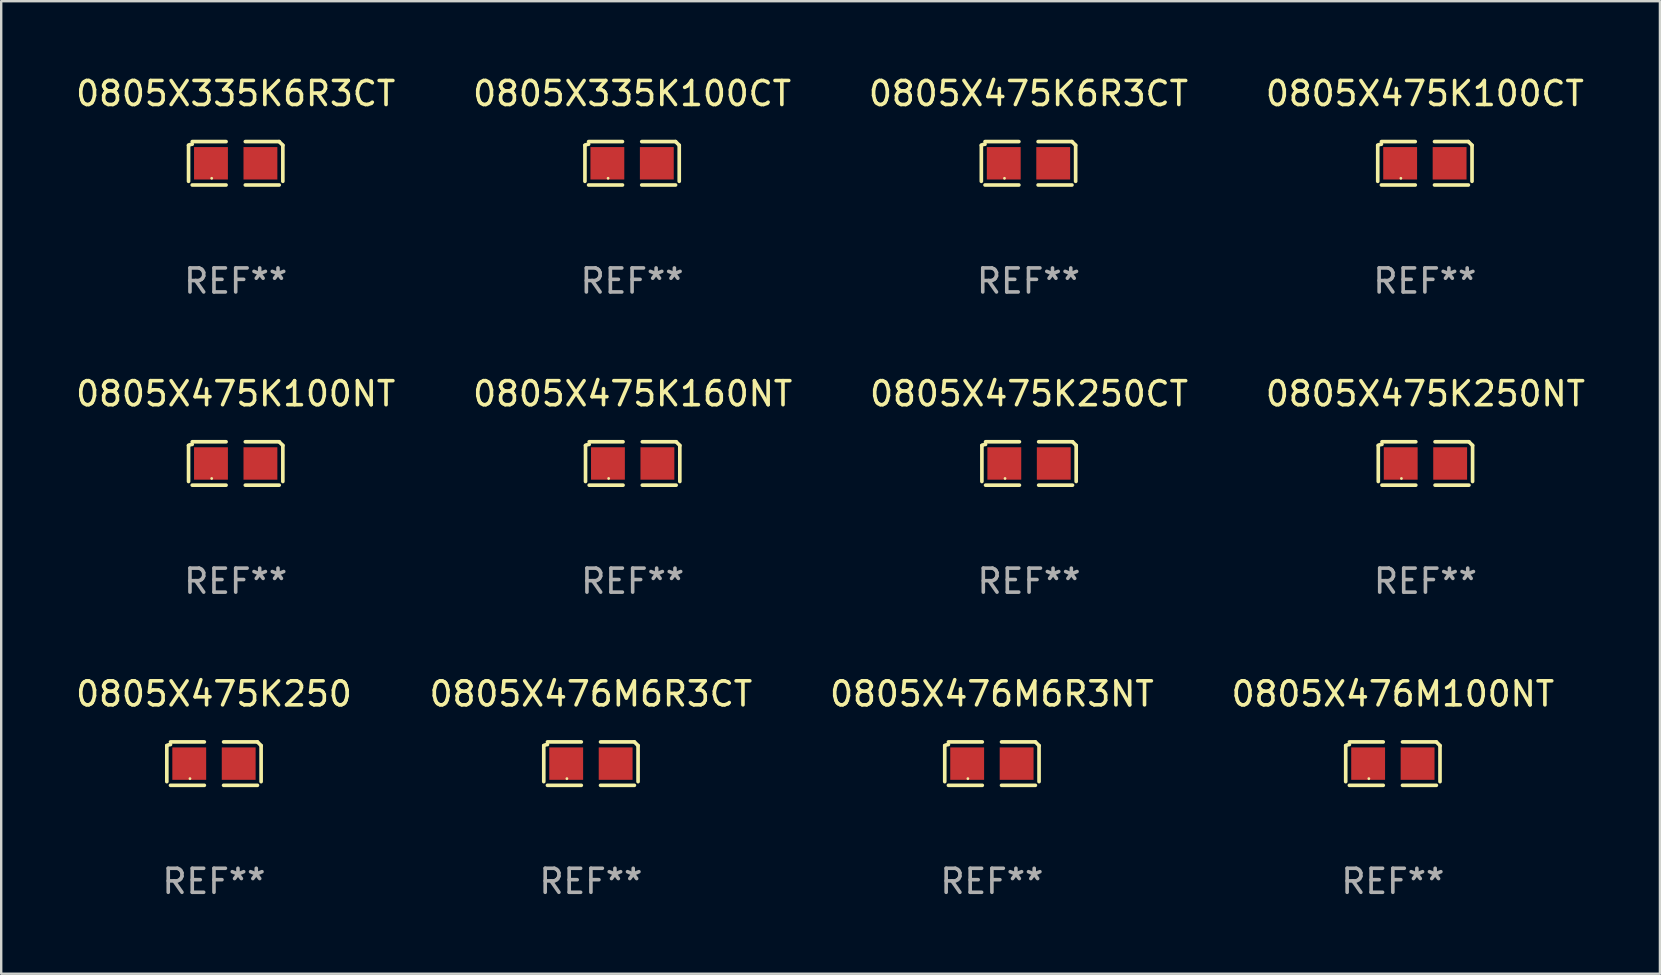
<source format=kicad_pcb>
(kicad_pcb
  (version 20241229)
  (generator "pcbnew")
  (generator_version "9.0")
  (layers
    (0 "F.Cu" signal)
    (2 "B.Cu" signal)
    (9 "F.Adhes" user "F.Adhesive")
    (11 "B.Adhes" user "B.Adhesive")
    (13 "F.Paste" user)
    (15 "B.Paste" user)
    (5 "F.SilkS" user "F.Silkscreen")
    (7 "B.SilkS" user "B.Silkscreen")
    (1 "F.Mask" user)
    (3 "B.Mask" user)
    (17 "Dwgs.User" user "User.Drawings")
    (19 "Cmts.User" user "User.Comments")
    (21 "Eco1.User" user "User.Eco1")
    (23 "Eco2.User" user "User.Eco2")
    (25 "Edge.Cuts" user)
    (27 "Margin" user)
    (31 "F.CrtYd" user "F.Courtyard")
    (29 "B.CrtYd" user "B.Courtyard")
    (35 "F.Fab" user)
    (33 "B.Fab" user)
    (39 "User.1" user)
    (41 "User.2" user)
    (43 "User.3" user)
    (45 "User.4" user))
  (footprint "0805X475K6R3CT"
    (layer "F.Cu")
    (at 39.792 3.752)
    (property "Reference" "0805X475K6R3CT" (at 0 -2.904 0) (layer "F.SilkS") (effects (font (size 1 1) (thickness 0.15))))
    (attr through_hole)
    (fp_line (start -1.964 0.751) (end -1.964 -0.751) (stroke (width 0.152) (type solid)) (layer "F.SilkS"))
    (fp_line (start -1.811 -0.904) (end -0.401 -0.904) (stroke (width 0.152) (type solid)) (layer "F.SilkS"))
    (fp_line (start -0.401 0.904) (end -1.811 0.904) (stroke (width 0.152) (type solid)) (layer "F.SilkS"))
    (fp_line (start 0.401 0.904) (end 1.811 0.904) (stroke (width 0.152) (type solid)) (layer "F.SilkS"))
    (fp_line (start 1.811 -0.904) (end 0.401 -0.904) (stroke (width 0.152) (type solid)) (layer "F.SilkS"))
    (fp_line (start 1.964 0.751) (end 1.964 -0.751) (stroke (width 0.152) (type solid)) (layer "F.SilkS"))
    (fp_arc (start -1.963602 -0.751207) (mid -1.890354 -0.783131) (end -1.811201 -0.794044) (stroke (width 0.1524) (type solid)) (layer "F.SilkS"))
    (fp_arc (start 1.811202 -0.903607) (mid 1.887413 -0.827418) (end 1.963602 -0.751207) (stroke (width 0.1524) (type solid)) (layer "F.SilkS"))
    (fp_circle (center -1 0.625) (end -0.97 0.625) (stroke (width 0.06) (type solid)) (fill no) (layer "F.SilkS"))
    (fp_text user "REF**" (at 0 4.904 0) (layer "F.Fab") (effects (font (size 1 1) (thickness 0.15))))
    (pad "1" smd rect (at -1.03 0) (size 1.41 1.35) (layers "F.Cu" "F.Mask" "F.Paste"))
    (pad "2" smd rect (at 1.03 0) (size 1.41 1.35) (layers "F.Cu" "F.Mask" "F.Paste")))
  (footprint "0805X475K100CT"
    (layer "F.Cu")
    (at 56.304 3.752)
    (property "Reference" "0805X475K100CT" (at 0 -2.904 0) (layer "F.SilkS") (effects (font (size 1 1) (thickness 0.15))))
    (attr through_hole)
    (fp_line (start -1.964 0.751) (end -1.964 -0.751) (stroke (width 0.152) (type solid)) (layer "F.SilkS"))
    (fp_line (start -1.811 -0.904) (end -0.401 -0.904) (stroke (width 0.152) (type solid)) (layer "F.SilkS"))
    (fp_line (start -0.401 0.904) (end -1.811 0.904) (stroke (width 0.152) (type solid)) (layer "F.SilkS"))
    (fp_line (start 0.401 0.904) (end 1.811 0.904) (stroke (width 0.152) (type solid)) (layer "F.SilkS"))
    (fp_line (start 1.811 -0.904) (end 0.401 -0.904) (stroke (width 0.152) (type solid)) (layer "F.SilkS"))
    (fp_line (start 1.964 0.751) (end 1.964 -0.751) (stroke (width 0.152) (type solid)) (layer "F.SilkS"))
    (fp_arc (start -1.963602 -0.751207) (mid -1.890354 -0.783131) (end -1.811201 -0.794044) (stroke (width 0.1524) (type solid)) (layer "F.SilkS"))
    (fp_arc (start 1.811202 -0.903607) (mid 1.887413 -0.827418) (end 1.963602 -0.751207) (stroke (width 0.1524) (type solid)) (layer "F.SilkS"))
    (fp_circle (center -1 0.625) (end -0.97 0.625) (stroke (width 0.06) (type solid)) (fill no) (layer "F.SilkS"))
    (fp_text user "REF**" (at 0 4.904 0) (layer "F.Fab") (effects (font (size 1 1) (thickness 0.15))))
    (pad "1" smd rect (at -1.03 0) (size 1.41 1.35) (layers "F.Cu" "F.Mask" "F.Paste"))
    (pad "2" smd rect (at 1.03 0) (size 1.41 1.35) (layers "F.Cu" "F.Mask" "F.Paste")))
  (footprint "0805X475K250CT"
    (layer "F.Cu")
    (at 39.815 16.256)
    (property "Reference" "0805X475K250CT" (at 0 -2.904 0) (layer "F.SilkS") (effects (font (size 1 1) (thickness 0.15))))
    (attr through_hole)
    (fp_line (start -1.964 0.751) (end -1.964 -0.751) (stroke (width 0.152) (type solid)) (layer "F.SilkS"))
    (fp_line (start -1.811 -0.904) (end -0.401 -0.904) (stroke (width 0.152) (type solid)) (layer "F.SilkS"))
    (fp_line (start -0.401 0.904) (end -1.811 0.904) (stroke (width 0.152) (type solid)) (layer "F.SilkS"))
    (fp_line (start 0.401 0.904) (end 1.811 0.904) (stroke (width 0.152) (type solid)) (layer "F.SilkS"))
    (fp_line (start 1.811 -0.904) (end 0.401 -0.904) (stroke (width 0.152) (type solid)) (layer "F.SilkS"))
    (fp_line (start 1.964 0.751) (end 1.964 -0.751) (stroke (width 0.152) (type solid)) (layer "F.SilkS"))
    (fp_arc (start -1.963602 -0.751207) (mid -1.890354 -0.783131) (end -1.811201 -0.794044) (stroke (width 0.1524) (type solid)) (layer "F.SilkS"))
    (fp_arc (start 1.811202 -0.903607) (mid 1.887413 -0.827418) (end 1.963602 -0.751207) (stroke (width 0.1524) (type solid)) (layer "F.SilkS"))
    (fp_circle (center -1 0.625) (end -0.97 0.625) (stroke (width 0.06) (type solid)) (fill no) (layer "F.SilkS"))
    (fp_text user "REF**" (at 0 4.904 0) (layer "F.Fab") (effects (font (size 1 1) (thickness 0.15))))
    (pad "1" smd rect (at -1.03 0) (size 1.41 1.35) (layers "F.Cu" "F.Mask" "F.Paste"))
    (pad "2" smd rect (at 1.03 0) (size 1.41 1.35) (layers "F.Cu" "F.Mask" "F.Paste")))
  (footprint "0805X335K100CT"
    (layer "F.Cu")
    (at 23.28 3.752)
    (property "Reference" "0805X335K100CT" (at 0 -2.904 0) (layer "F.SilkS") (effects (font (size 1 1) (thickness 0.15))))
    (attr through_hole)
    (fp_line (start -1.964 0.751) (end -1.964 -0.751) (stroke (width 0.152) (type solid)) (layer "F.SilkS"))
    (fp_line (start -1.811 -0.904) (end -0.401 -0.904) (stroke (width 0.152) (type solid)) (layer "F.SilkS"))
    (fp_line (start -0.401 0.904) (end -1.811 0.904) (stroke (width 0.152) (type solid)) (layer "F.SilkS"))
    (fp_line (start 0.401 0.904) (end 1.811 0.904) (stroke (width 0.152) (type solid)) (layer "F.SilkS"))
    (fp_line (start 1.811 -0.904) (end 0.401 -0.904) (stroke (width 0.152) (type solid)) (layer "F.SilkS"))
    (fp_line (start 1.964 0.751) (end 1.964 -0.751) (stroke (width 0.152) (type solid)) (layer "F.SilkS"))
    (fp_arc (start -1.963602 -0.751207) (mid -1.890354 -0.783131) (end -1.811201 -0.794044) (stroke (width 0.1524) (type solid)) (layer "F.SilkS"))
    (fp_arc (start 1.811202 -0.903607) (mid 1.887413 -0.827418) (end 1.963602 -0.751207) (stroke (width 0.1524) (type solid)) (layer "F.SilkS"))
    (fp_circle (center -1 0.625) (end -0.97 0.625) (stroke (width 0.06) (type solid)) (fill no) (layer "F.SilkS"))
    (fp_text user "REF**" (at 0 4.904 0) (layer "F.Fab") (effects (font (size 1 1) (thickness 0.15))))
    (pad "1" smd rect (at -1.03 0) (size 1.41 1.35) (layers "F.Cu" "F.Mask" "F.Paste"))
    (pad "2" smd rect (at 1.03 0) (size 1.41 1.35) (layers "F.Cu" "F.Mask" "F.Paste")))
  (footprint "0805X475K160NT"
    (layer "F.Cu")
    (at 23.304 16.256)
    (property "Reference" "0805X475K160NT" (at 0 -2.904 0) (layer "F.SilkS") (effects (font (size 1 1) (thickness 0.15))))
    (attr through_hole)
    (fp_line (start -1.964 0.751) (end -1.964 -0.751) (stroke (width 0.152) (type solid)) (layer "F.SilkS"))
    (fp_line (start -1.811 -0.904) (end -0.401 -0.904) (stroke (width 0.152) (type solid)) (layer "F.SilkS"))
    (fp_line (start -0.401 0.904) (end -1.811 0.904) (stroke (width 0.152) (type solid)) (layer "F.SilkS"))
    (fp_line (start 0.401 0.904) (end 1.811 0.904) (stroke (width 0.152) (type solid)) (layer "F.SilkS"))
    (fp_line (start 1.811 -0.904) (end 0.401 -0.904) (stroke (width 0.152) (type solid)) (layer "F.SilkS"))
    (fp_line (start 1.964 0.751) (end 1.964 -0.751) (stroke (width 0.152) (type solid)) (layer "F.SilkS"))
    (fp_arc (start -1.963602 -0.751207) (mid -1.890354 -0.783131) (end -1.811201 -0.794044) (stroke (width 0.1524) (type solid)) (layer "F.SilkS"))
    (fp_arc (start 1.811202 -0.903607) (mid 1.887413 -0.827418) (end 1.963602 -0.751207) (stroke (width 0.1524) (type solid)) (layer "F.SilkS"))
    (fp_circle (center -1 0.625) (end -0.97 0.625) (stroke (width 0.06) (type solid)) (fill no) (layer "F.SilkS"))
    (fp_text user "REF**" (at 0 4.904 0) (layer "F.Fab") (effects (font (size 1 1) (thickness 0.15))))
    (pad "1" smd rect (at -1.03 0) (size 1.41 1.35) (layers "F.Cu" "F.Mask" "F.Paste"))
    (pad "2" smd rect (at 1.03 0) (size 1.41 1.35) (layers "F.Cu" "F.Mask" "F.Paste")))
  (footprint "0805X335K6R3CT"
    (layer "F.Cu")
    (at 6.768 3.752)
    (property "Reference" "0805X335K6R3CT" (at 0 -2.904 0) (layer "F.SilkS") (effects (font (size 1 1) (thickness 0.15))))
    (attr through_hole)
    (fp_line (start -1.964 0.751) (end -1.964 -0.751) (stroke (width 0.152) (type solid)) (layer "F.SilkS"))
    (fp_line (start -1.811 -0.904) (end -0.401 -0.904) (stroke (width 0.152) (type solid)) (layer "F.SilkS"))
    (fp_line (start -0.401 0.904) (end -1.811 0.904) (stroke (width 0.152) (type solid)) (layer "F.SilkS"))
    (fp_line (start 0.401 0.904) (end 1.811 0.904) (stroke (width 0.152) (type solid)) (layer "F.SilkS"))
    (fp_line (start 1.811 -0.904) (end 0.401 -0.904) (stroke (width 0.152) (type solid)) (layer "F.SilkS"))
    (fp_line (start 1.964 0.751) (end 1.964 -0.751) (stroke (width 0.152) (type solid)) (layer "F.SilkS"))
    (fp_arc (start -1.963602 -0.751207) (mid -1.890354 -0.783131) (end -1.811201 -0.794044) (stroke (width 0.1524) (type solid)) (layer "F.SilkS"))
    (fp_arc (start 1.811202 -0.903607) (mid 1.887413 -0.827418) (end 1.963602 -0.751207) (stroke (width 0.1524) (type solid)) (layer "F.SilkS"))
    (fp_circle (center -1 0.625) (end -0.97 0.625) (stroke (width 0.06) (type solid)) (fill no) (layer "F.SilkS"))
    (fp_text user "REF**" (at 0 4.904 0) (layer "F.Fab") (effects (font (size 1 1) (thickness 0.15))))
    (pad "1" smd rect (at -1.03 0) (size 1.41 1.35) (layers "F.Cu" "F.Mask" "F.Paste"))
    (pad "2" smd rect (at 1.03 0) (size 1.41 1.35) (layers "F.Cu" "F.Mask" "F.Paste")))
  (footprint "0805X475K100NT"
    (layer "F.Cu")
    (at 6.768 16.256)
    (property "Reference" "0805X475K100NT" (at 0 -2.904 0) (layer "F.SilkS") (effects (font (size 1 1) (thickness 0.15))))
    (attr through_hole)
    (fp_line (start -1.964 0.751) (end -1.964 -0.751) (stroke (width 0.152) (type solid)) (layer "F.SilkS"))
    (fp_line (start -1.811 -0.904) (end -0.401 -0.904) (stroke (width 0.152) (type solid)) (layer "F.SilkS"))
    (fp_line (start -0.401 0.904) (end -1.811 0.904) (stroke (width 0.152) (type solid)) (layer "F.SilkS"))
    (fp_line (start 0.401 0.904) (end 1.811 0.904) (stroke (width 0.152) (type solid)) (layer "F.SilkS"))
    (fp_line (start 1.811 -0.904) (end 0.401 -0.904) (stroke (width 0.152) (type solid)) (layer "F.SilkS"))
    (fp_line (start 1.964 0.751) (end 1.964 -0.751) (stroke (width 0.152) (type solid)) (layer "F.SilkS"))
    (fp_arc (start -1.963602 -0.751207) (mid -1.890354 -0.783131) (end -1.811201 -0.794044) (stroke (width 0.1524) (type solid)) (layer "F.SilkS"))
    (fp_arc (start 1.811202 -0.903607) (mid 1.887413 -0.827418) (end 1.963602 -0.751207) (stroke (width 0.1524) (type solid)) (layer "F.SilkS"))
    (fp_circle (center -1 0.625) (end -0.97 0.625) (stroke (width 0.06) (type solid)) (fill no) (layer "F.SilkS"))
    (fp_text user "REF**" (at 0 4.904 0) (layer "F.Fab") (effects (font (size 1 1) (thickness 0.15))))
    (pad "1" smd rect (at -1.03 0) (size 1.41 1.35) (layers "F.Cu" "F.Mask" "F.Paste"))
    (pad "2" smd rect (at 1.03 0) (size 1.41 1.35) (layers "F.Cu" "F.Mask" "F.Paste")))
  (footprint "0805X476M100NT"
    (layer "F.Cu")
    (at 54.97 28.759)
    (property "Reference" "0805X476M100NT" (at 0 -2.904 0) (layer "F.SilkS") (effects (font (size 1 1) (thickness 0.15))))
    (attr through_hole)
    (fp_line (start -1.964 0.751) (end -1.964 -0.751) (stroke (width 0.152) (type solid)) (layer "F.SilkS"))
    (fp_line (start -1.811 -0.904) (end -0.401 -0.904) (stroke (width 0.152) (type solid)) (layer "F.SilkS"))
    (fp_line (start -0.401 0.904) (end -1.811 0.904) (stroke (width 0.152) (type solid)) (layer "F.SilkS"))
    (fp_line (start 0.401 0.904) (end 1.811 0.904) (stroke (width 0.152) (type solid)) (layer "F.SilkS"))
    (fp_line (start 1.811 -0.904) (end 0.401 -0.904) (stroke (width 0.152) (type solid)) (layer "F.SilkS"))
    (fp_line (start 1.964 0.751) (end 1.964 -0.751) (stroke (width 0.152) (type solid)) (layer "F.SilkS"))
    (fp_arc (start -1.963602 -0.751207) (mid -1.890354 -0.783131) (end -1.811201 -0.794044) (stroke (width 0.1524) (type solid)) (layer "F.SilkS"))
    (fp_arc (start 1.811202 -0.903607) (mid 1.887413 -0.827418) (end 1.963602 -0.751207) (stroke (width 0.1524) (type solid)) (layer "F.SilkS"))
    (fp_circle (center -1 0.625) (end -0.97 0.625) (stroke (width 0.06) (type solid)) (fill no) (layer "F.SilkS"))
    (fp_text user "REF**" (at 0 4.904 0) (layer "F.Fab") (effects (font (size 1 1) (thickness 0.15))))
    (pad "1" smd rect (at -1.03 0) (size 1.41 1.35) (layers "F.Cu" "F.Mask" "F.Paste"))
    (pad "2" smd rect (at 1.03 0) (size 1.41 1.35) (layers "F.Cu" "F.Mask" "F.Paste")))
  (footprint "0805X476M6R3NT"
    (layer "F.Cu")
    (at 38.268 28.759)
    (property "Reference" "0805X476M6R3NT" (at 0 -2.904 0) (layer "F.SilkS") (effects (font (size 1 1) (thickness 0.15))))
    (attr through_hole)
    (fp_line (start -1.964 0.751) (end -1.964 -0.751) (stroke (width 0.152) (type solid)) (layer "F.SilkS"))
    (fp_line (start -1.811 -0.904) (end -0.401 -0.904) (stroke (width 0.152) (type solid)) (layer "F.SilkS"))
    (fp_line (start -0.401 0.904) (end -1.811 0.904) (stroke (width 0.152) (type solid)) (layer "F.SilkS"))
    (fp_line (start 0.401 0.904) (end 1.811 0.904) (stroke (width 0.152) (type solid)) (layer "F.SilkS"))
    (fp_line (start 1.811 -0.904) (end 0.401 -0.904) (stroke (width 0.152) (type solid)) (layer "F.SilkS"))
    (fp_line (start 1.964 0.751) (end 1.964 -0.751) (stroke (width 0.152) (type solid)) (layer "F.SilkS"))
    (fp_arc (start -1.963602 -0.751207) (mid -1.890354 -0.783131) (end -1.811201 -0.794044) (stroke (width 0.1524) (type solid)) (layer "F.SilkS"))
    (fp_arc (start 1.811202 -0.903607) (mid 1.887413 -0.827418) (end 1.963602 -0.751207) (stroke (width 0.1524) (type solid)) (layer "F.SilkS"))
    (fp_circle (center -1 0.625) (end -0.97 0.625) (stroke (width 0.06) (type solid)) (fill no) (layer "F.SilkS"))
    (fp_text user "REF**" (at 0 4.904 0) (layer "F.Fab") (effects (font (size 1 1) (thickness 0.15))))
    (pad "1" smd rect (at -1.03 0) (size 1.41 1.35) (layers "F.Cu" "F.Mask" "F.Paste"))
    (pad "2" smd rect (at 1.03 0) (size 1.41 1.35) (layers "F.Cu" "F.Mask" "F.Paste")))
  (footprint "0805X476M6R3CT"
    (layer "F.Cu")
    (at 21.565 28.759)
    (property "Reference" "0805X476M6R3CT" (at 0 -2.904 0) (layer "F.SilkS") (effects (font (size 1 1) (thickness 0.15))))
    (attr through_hole)
    (fp_line (start -1.964 0.751) (end -1.964 -0.751) (stroke (width 0.152) (type solid)) (layer "F.SilkS"))
    (fp_line (start -1.811 -0.904) (end -0.401 -0.904) (stroke (width 0.152) (type solid)) (layer "F.SilkS"))
    (fp_line (start -0.401 0.904) (end -1.811 0.904) (stroke (width 0.152) (type solid)) (layer "F.SilkS"))
    (fp_line (start 0.401 0.904) (end 1.811 0.904) (stroke (width 0.152) (type solid)) (layer "F.SilkS"))
    (fp_line (start 1.811 -0.904) (end 0.401 -0.904) (stroke (width 0.152) (type solid)) (layer "F.SilkS"))
    (fp_line (start 1.964 0.751) (end 1.964 -0.751) (stroke (width 0.152) (type solid)) (layer "F.SilkS"))
    (fp_arc (start -1.963602 -0.751207) (mid -1.890354 -0.783131) (end -1.811201 -0.794044) (stroke (width 0.1524) (type solid)) (layer "F.SilkS"))
    (fp_arc (start 1.811202 -0.903607) (mid 1.887413 -0.827418) (end 1.963602 -0.751207) (stroke (width 0.1524) (type solid)) (layer "F.SilkS"))
    (fp_circle (center -1 0.625) (end -0.97 0.625) (stroke (width 0.06) (type solid)) (fill no) (layer "F.SilkS"))
    (fp_text user "REF**" (at 0 4.904 0) (layer "F.Fab") (effects (font (size 1 1) (thickness 0.15))))
    (pad "1" smd rect (at -1.03 0) (size 1.41 1.35) (layers "F.Cu" "F.Mask" "F.Paste"))
    (pad "2" smd rect (at 1.03 0) (size 1.41 1.35) (layers "F.Cu" "F.Mask" "F.Paste")))
  (footprint "0805X475K250"
    (layer "F.Cu")
    (at 5.863 28.759)
    (property "Reference" "0805X475K250" (at 0 -2.904 0) (layer "F.SilkS") (effects (font (size 1 1) (thickness 0.15))))
    (attr through_hole)
    (fp_line (start -1.964 0.751) (end -1.964 -0.751) (stroke (width 0.152) (type solid)) (layer "F.SilkS"))
    (fp_line (start -1.811 -0.904) (end -0.401 -0.904) (stroke (width 0.152) (type solid)) (layer "F.SilkS"))
    (fp_line (start -0.401 0.904) (end -1.811 0.904) (stroke (width 0.152) (type solid)) (layer "F.SilkS"))
    (fp_line (start 0.401 0.904) (end 1.811 0.904) (stroke (width 0.152) (type solid)) (layer "F.SilkS"))
    (fp_line (start 1.811 -0.904) (end 0.401 -0.904) (stroke (width 0.152) (type solid)) (layer "F.SilkS"))
    (fp_line (start 1.964 0.751) (end 1.964 -0.751) (stroke (width 0.152) (type solid)) (layer "F.SilkS"))
    (fp_arc (start -1.963602 -0.751207) (mid -1.890354 -0.783131) (end -1.811201 -0.794044) (stroke (width 0.1524) (type solid)) (layer "F.SilkS"))
    (fp_arc (start 1.811202 -0.903607) (mid 1.887413 -0.827418) (end 1.963602 -0.751207) (stroke (width 0.1524) (type solid)) (layer "F.SilkS"))
    (fp_circle (center -1 0.625) (end -0.97 0.625) (stroke (width 0.06) (type solid)) (fill no) (layer "F.SilkS"))
    (fp_text user "REF**" (at 0 4.904 0) (layer "F.Fab") (effects (font (size 1 1) (thickness 0.15))))
    (pad "1" smd rect (at -1.03 0) (size 1.41 1.35) (layers "F.Cu" "F.Mask" "F.Paste"))
    (pad "2" smd rect (at 1.03 0) (size 1.41 1.35) (layers "F.Cu" "F.Mask" "F.Paste")))
  (footprint "0805X475K250NT"
    (layer "F.Cu")
    (at 56.327 16.256)
    (property "Reference" "0805X475K250NT" (at 0 -2.904 0) (layer "F.SilkS") (effects (font (size 1 1) (thickness 0.15))))
    (attr through_hole)
    (fp_line (start -1.964 0.751) (end -1.964 -0.751) (stroke (width 0.152) (type solid)) (layer "F.SilkS"))
    (fp_line (start -1.811 -0.904) (end -0.401 -0.904) (stroke (width 0.152) (type solid)) (layer "F.SilkS"))
    (fp_line (start -0.401 0.904) (end -1.811 0.904) (stroke (width 0.152) (type solid)) (layer "F.SilkS"))
    (fp_line (start 0.401 0.904) (end 1.811 0.904) (stroke (width 0.152) (type solid)) (layer "F.SilkS"))
    (fp_line (start 1.811 -0.904) (end 0.401 -0.904) (stroke (width 0.152) (type solid)) (layer "F.SilkS"))
    (fp_line (start 1.964 0.751) (end 1.964 -0.751) (stroke (width 0.152) (type solid)) (layer "F.SilkS"))
    (fp_arc (start -1.963602 -0.751207) (mid -1.890354 -0.783131) (end -1.811201 -0.794044) (stroke (width 0.1524) (type solid)) (layer "F.SilkS"))
    (fp_arc (start 1.811202 -0.903607) (mid 1.887413 -0.827418) (end 1.963602 -0.751207) (stroke (width 0.1524) (type solid)) (layer "F.SilkS"))
    (fp_circle (center -1 0.625) (end -0.97 0.625) (stroke (width 0.06) (type solid)) (fill no) (layer "F.SilkS"))
    (fp_text user "REF**" (at 0 4.904 0) (layer "F.Fab") (effects (font (size 1 1) (thickness 0.15))))
    (pad "1" smd rect (at -1.03 0) (size 1.41 1.35) (layers "F.Cu" "F.Mask" "F.Paste"))
    (pad "2" smd rect (at 1.03 0) (size 1.41 1.35) (layers "F.Cu" "F.Mask" "F.Paste")))
  (gr_rect
    (start -3 -3)
    (end 66.095 37.511)
    (stroke (width 0.1) (type default))
    (fill no)
    (layer "Edge.Cuts")))
</source>
